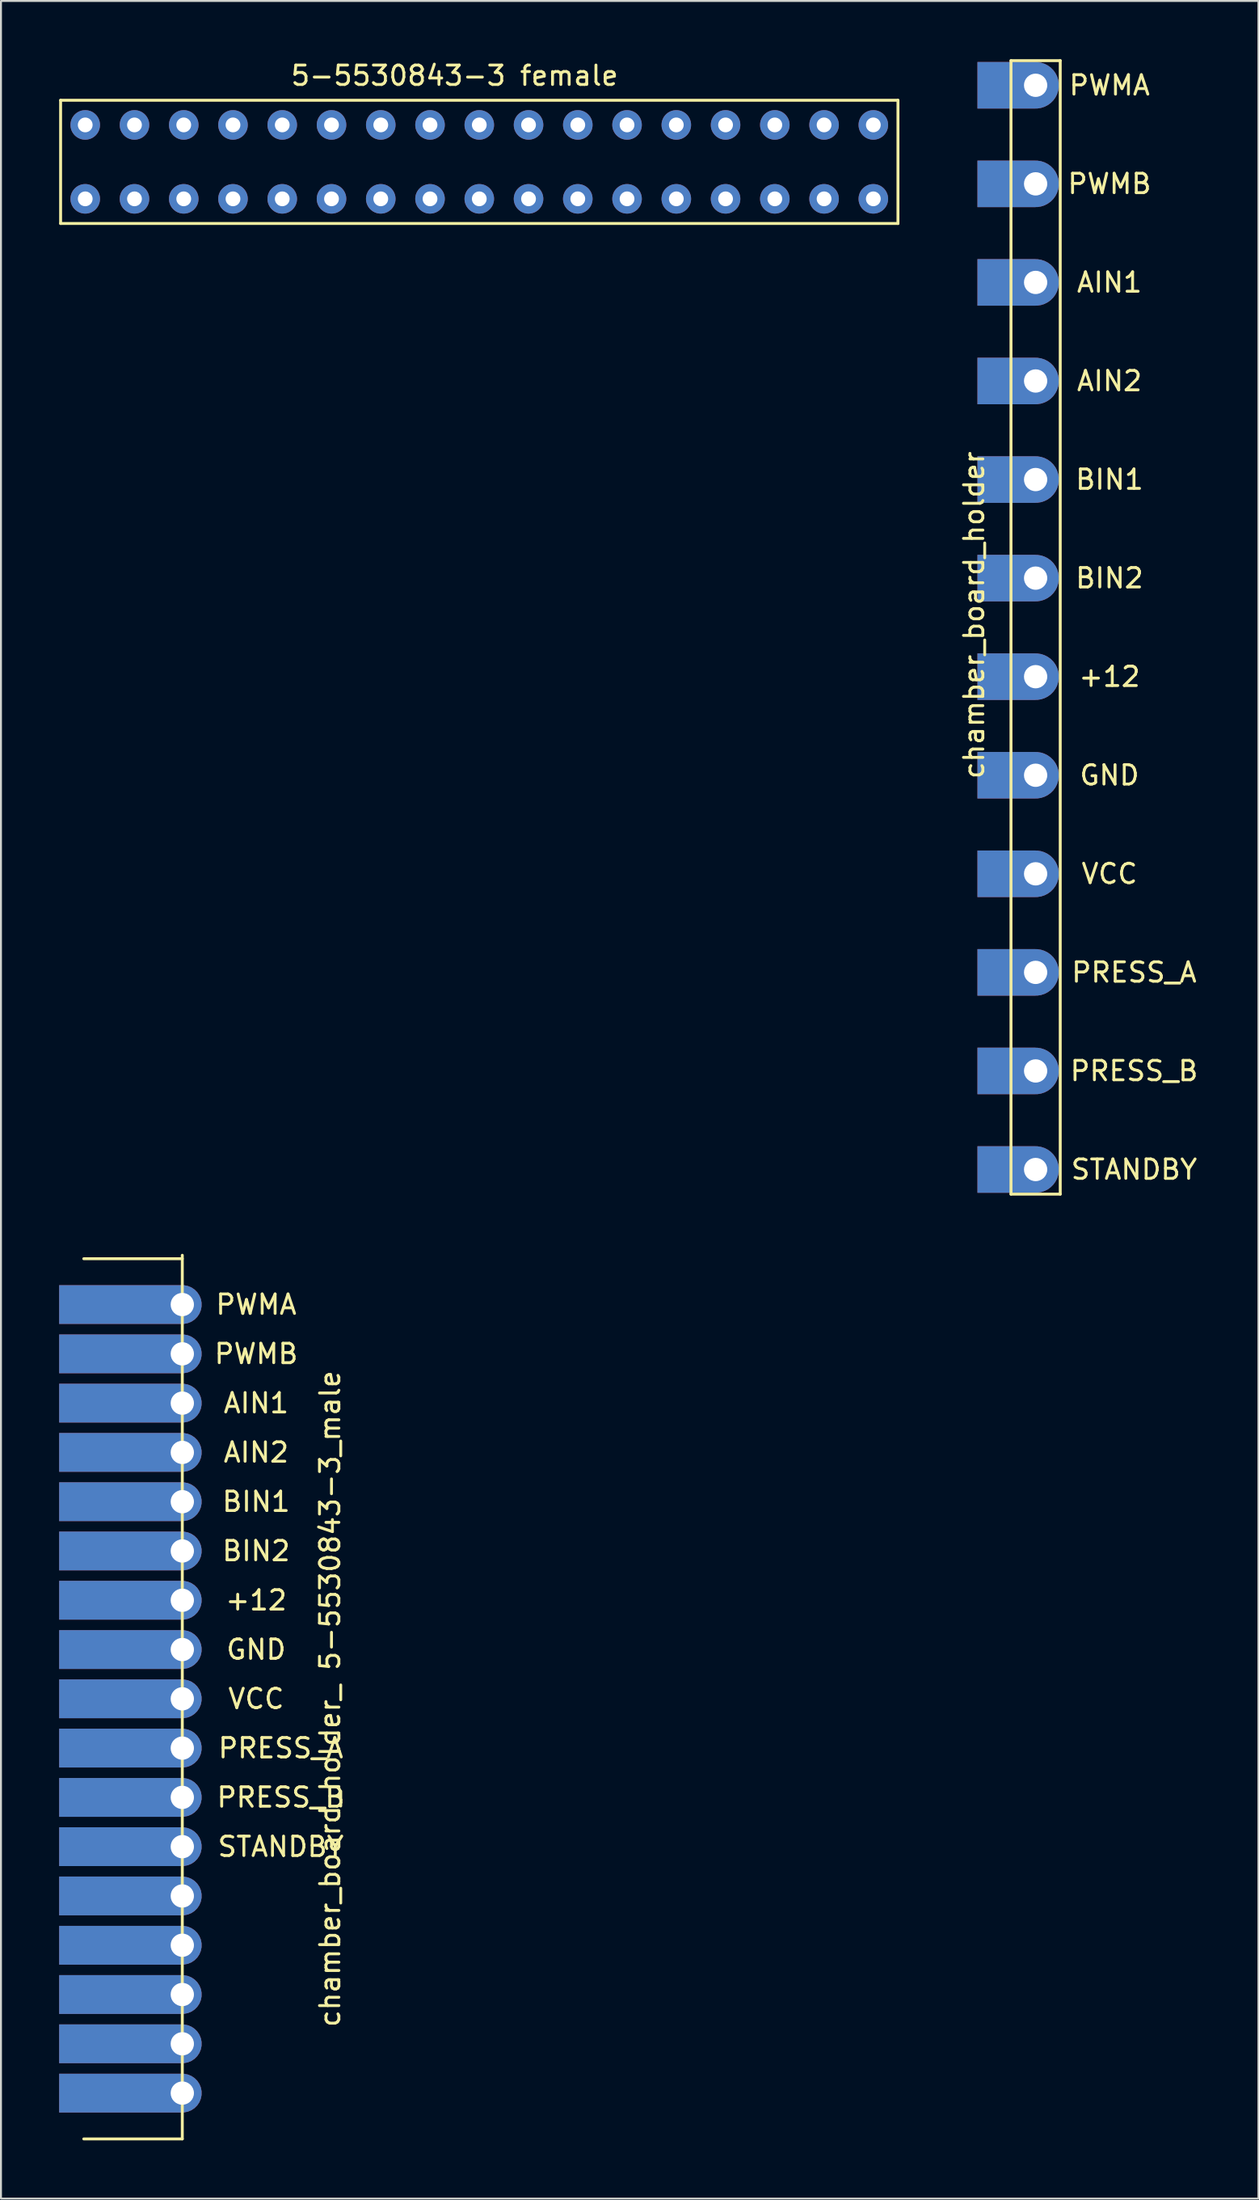
<source format=kicad_pcb>
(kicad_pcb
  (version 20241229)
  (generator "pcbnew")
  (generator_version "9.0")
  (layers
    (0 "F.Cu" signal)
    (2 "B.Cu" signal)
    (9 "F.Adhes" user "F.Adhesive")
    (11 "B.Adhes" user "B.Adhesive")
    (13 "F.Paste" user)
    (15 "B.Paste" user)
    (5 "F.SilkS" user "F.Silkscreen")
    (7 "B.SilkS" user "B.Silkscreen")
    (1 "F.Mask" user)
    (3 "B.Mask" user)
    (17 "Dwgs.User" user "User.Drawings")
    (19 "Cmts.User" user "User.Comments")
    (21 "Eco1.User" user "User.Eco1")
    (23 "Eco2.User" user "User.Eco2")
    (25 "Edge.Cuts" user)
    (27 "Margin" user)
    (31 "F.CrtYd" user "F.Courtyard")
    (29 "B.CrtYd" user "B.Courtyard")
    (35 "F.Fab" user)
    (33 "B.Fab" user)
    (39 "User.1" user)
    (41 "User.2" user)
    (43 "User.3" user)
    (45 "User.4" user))
  (footprint "chamber_board_holder"
    (layer "F.Cu")
    (at 50.353 1.345)
    (property "Reference" "chamber_board_holder" (at -3.175 27.305 90) (layer "F.SilkS") (effects (font (size 1 1) (thickness 0.15))))
    (attr through_hole)
    (fp_line (start -1.27 -1.27) (end 1.27 -1.27) (stroke (width 0.15) (type solid)) (layer "F.SilkS"))
    (fp_line (start -1.27 57.15) (end -1.27 -1.27) (stroke (width 0.15) (type solid)) (layer "F.SilkS"))
    (fp_line (start 1.27 -1.27) (end 1.27 57.15) (stroke (width 0.15) (type solid)) (layer "F.SilkS"))
    (fp_line (start 1.27 57.15) (end -1.27 57.15) (stroke (width 0.15) (type solid)) (layer "F.SilkS"))
    (fp_text user "BIN2" (at 3.81 25.4 0) (layer "F.SilkS") (effects (font (size 1 1) (thickness 0.15))))
    (fp_text user "+12" (at 3.81 30.48 0) (layer "F.SilkS") (effects (font (size 1 1) (thickness 0.15))))
    (fp_text user "PRESS_B" (at 5.08 50.8 0) (layer "F.SilkS") (effects (font (size 1 1) (thickness 0.15))))
    (fp_text user "PWMA" (at 3.81 0 0) (layer "F.SilkS") (effects (font (size 1 1) (thickness 0.15))))
    (fp_text user "BIN1" (at 3.81 20.32 0) (layer "F.SilkS") (effects (font (size 1 1) (thickness 0.15))))
    (fp_text user "AIN1" (at 3.81 10.16 0) (layer "F.SilkS") (effects (font (size 1 1) (thickness 0.15))))
    (fp_text user "STANDBY" (at 5.08 55.88 0) (layer "F.SilkS") (effects (font (size 1 1) (thickness 0.15))))
    (fp_text user "PWMB" (at 3.81 5.08 0) (layer "F.SilkS") (effects (font (size 1 1) (thickness 0.15))))
    (fp_text user "GND" (at 3.81 35.56 0) (layer "F.SilkS") (effects (font (size 1 1) (thickness 0.15))))
    (fp_text user "AIN2" (at 3.81 15.24 0) (layer "F.SilkS") (effects (font (size 1 1) (thickness 0.15))))
    (fp_text user "VCC" (at 3.81 40.64 0) (layer "F.SilkS") (effects (font (size 1 1) (thickness 0.15))))
    (fp_text user "PRESS_A" (at 5.08 45.72 0) (layer "F.SilkS") (effects (font (size 1 1) (thickness 0.15))))
    (pad "1" thru_hole custom (at 0 0) (size 2.4 2.4) (drill 1.2) (layers "*.Cu" "*.Mask") (options (anchor circle)) (primitives (gr_poly (pts (xy -3 -1.2) (xy 0 -1.2) (xy 0 1.2) (xy -3 1.2)) (width 0) (fill yes))))
    (pad "2" thru_hole custom (at 0 5.08) (size 2.4 2.4) (drill 1.2) (layers "*.Cu" "*.Mask" "Eco2.User") (options (anchor circle)) (primitives (gr_poly (pts (xy -3 -1.2) (xy 0 -1.2) (xy 0 1.2) (xy -3 1.2)) (width 0) (fill yes))))
    (pad "3" thru_hole custom (at 0 10.16) (size 2.4 2.4) (drill 1.2) (layers "*.Cu" "*.Mask") (options (anchor circle)) (primitives (gr_poly (pts (xy -3 -1.2) (xy 0 -1.2) (xy 0 1.2) (xy -3 1.2)) (width 0) (fill yes))))
    (pad "4" thru_hole custom (at 0 15.24) (size 2.4 2.4) (drill 1.2) (layers "*.Cu" "*.Mask") (options (anchor circle)) (primitives (gr_poly (pts (xy -3 -1.2) (xy 0 -1.2) (xy 0 1.2) (xy -3 1.2)) (width 0) (fill yes))))
    (pad "5" thru_hole custom (at 0 20.32) (size 2.4 2.4) (drill 1.2) (layers "*.Cu" "*.Mask") (options (anchor circle)) (primitives (gr_poly (pts (xy -3 -1.2) (xy 0 -1.2) (xy 0 1.2) (xy -3 1.2)) (width 0) (fill yes))))
    (pad "6" thru_hole custom (at 0 25.4) (size 2.4 2.4) (drill 1.2) (layers "*.Cu" "*.Mask") (options (anchor circle)) (primitives (gr_poly (pts (xy -3 -1.2) (xy 0 -1.2) (xy 0 1.2) (xy -3 1.2)) (width 0) (fill yes))))
    (pad "7" thru_hole custom (at 0 30.48) (size 2.4 2.4) (drill 1.2) (layers "*.Cu" "*.Mask") (options (anchor circle)) (primitives (gr_poly (pts (xy -3 -1.2) (xy 0 -1.2) (xy 0 1.2) (xy -3 1.2)) (width 0) (fill yes))))
    (pad "8" thru_hole custom (at 0 35.56) (size 2.4 2.4) (drill 1.2) (layers "*.Cu" "*.Mask") (options (anchor circle)) (primitives (gr_poly (pts (xy -3 -1.2) (xy 0 -1.2) (xy 0 1.2) (xy -3 1.2)) (width 0) (fill yes))))
    (pad "9" thru_hole custom (at 0 40.64) (size 2.4 2.4) (drill 1.2) (layers "*.Cu" "*.Mask") (options (anchor circle)) (primitives (gr_poly (pts (xy -3 -1.2) (xy 0 -1.2) (xy 0 1.2) (xy -3 1.2)) (width 0) (fill yes))))
    (pad "10" thru_hole custom (at 0 45.72) (size 2.4 2.4) (drill 1.2) (layers "*.Cu" "*.Mask") (options (anchor circle)) (primitives (gr_poly (pts (xy -3 -1.2) (xy 0 -1.2) (xy 0 1.2) (xy -3 1.2)) (width 0) (fill yes))))
    (pad "11" thru_hole custom (at 0 50.8) (size 2.4 2.4) (drill 1.2) (layers "*.Cu" "*.Mask") (options (anchor circle)) (primitives (gr_poly (pts (xy -3 -1.2) (xy 0 -1.2) (xy 0 1.2) (xy -3 1.2)) (width 0) (fill yes))))
    (pad "12" thru_hole custom (at 0 55.88) (size 2.4 2.4) (drill 1.2) (layers "*.Cu" "*.Mask") (options (anchor circle)) (primitives (gr_poly (pts (xy -3 -1.2) (xy 0 -1.2) (xy 0 1.2) (xy -3 1.2)) (width 0) (fill yes)))))
  (footprint "5-5530843-3 female"
    (layer "F.Cu")
    (at 1.345 3.388)
    (property "Reference" "5-5530843-3 female" (at 19.05 -2.54 0) (layer "F.SilkS") (effects (font (size 1 1) (thickness 0.15))))
    (attr through_hole)
    (fp_line (start -1.27 -1.27) (end -1.27 5.08) (stroke (width 0.15) (type solid)) (layer "F.SilkS"))
    (fp_line (start -1.27 5.08) (end 41.91 5.08) (stroke (width 0.15) (type solid)) (layer "F.SilkS"))
    (fp_line (start 41.91 -1.27) (end -1.27 -1.27) (stroke (width 0.15) (type solid)) (layer "F.SilkS"))
    (fp_line (start 41.91 5.08) (end 41.91 -1.27) (stroke (width 0.15) (type solid)) (layer "F.SilkS"))
    (pad "1" thru_hole circle (at 0 0) (size 1.524 1.524) (drill 0.762) (layers "*.Cu" "*.Mask"))
    (pad "1" thru_hole circle (at 0 3.81) (size 1.524 1.524) (drill 0.762) (layers "*.Cu" "*.Mask"))
    (pad "2" thru_hole circle (at 2.54 0) (size 1.524 1.524) (drill 0.762) (layers "*.Cu" "*.Mask"))
    (pad "2" thru_hole circle (at 2.54 3.81) (size 1.524 1.524) (drill 0.762) (layers "*.Cu" "*.Mask"))
    (pad "3" thru_hole circle (at 5.08 0) (size 1.524 1.524) (drill 0.762) (layers "*.Cu" "*.Mask"))
    (pad "3" thru_hole circle (at 5.08 3.81) (size 1.524 1.524) (drill 0.762) (layers "*.Cu" "*.Mask"))
    (pad "4" thru_hole circle (at 7.62 0) (size 1.524 1.524) (drill 0.762) (layers "*.Cu" "*.Mask"))
    (pad "4" thru_hole circle (at 7.62 3.81) (size 1.524 1.524) (drill 0.762) (layers "*.Cu" "*.Mask"))
    (pad "5" thru_hole circle (at 10.16 0) (size 1.524 1.524) (drill 0.762) (layers "*.Cu" "*.Mask"))
    (pad "5" thru_hole circle (at 10.16 3.81) (size 1.524 1.524) (drill 0.762) (layers "*.Cu" "*.Mask"))
    (pad "6" thru_hole circle (at 12.7 0) (size 1.524 1.524) (drill 0.762) (layers "*.Cu" "*.Mask"))
    (pad "6" thru_hole circle (at 12.7 3.81) (size 1.524 1.524) (drill 0.762) (layers "*.Cu" "*.Mask"))
    (pad "7" thru_hole circle (at 15.24 0) (size 1.524 1.524) (drill 0.762) (layers "*.Cu" "*.Mask"))
    (pad "7" thru_hole circle (at 15.24 3.81) (size 1.524 1.524) (drill 0.762) (layers "*.Cu" "*.Mask"))
    (pad "8" thru_hole circle (at 17.78 0) (size 1.524 1.524) (drill 0.762) (layers "*.Cu" "*.Mask"))
    (pad "8" thru_hole circle (at 17.78 3.81) (size 1.524 1.524) (drill 0.762) (layers "*.Cu" "*.Mask"))
    (pad "9" thru_hole circle (at 20.32 0) (size 1.524 1.524) (drill 0.762) (layers "*.Cu" "*.Mask"))
    (pad "9" thru_hole circle (at 20.32 3.81) (size 1.524 1.524) (drill 0.762) (layers "*.Cu" "*.Mask"))
    (pad "10" thru_hole circle (at 22.86 0) (size 1.524 1.524) (drill 0.762) (layers "*.Cu" "*.Mask"))
    (pad "10" thru_hole circle (at 22.86 3.81) (size 1.524 1.524) (drill 0.762) (layers "*.Cu" "*.Mask"))
    (pad "11" thru_hole circle (at 25.4 0) (size 1.524 1.524) (drill 0.762) (layers "*.Cu" "*.Mask"))
    (pad "11" thru_hole circle (at 25.4 3.81) (size 1.524 1.524) (drill 0.762) (layers "*.Cu" "*.Mask"))
    (pad "12" thru_hole circle (at 27.94 0) (size 1.524 1.524) (drill 0.762) (layers "*.Cu" "*.Mask"))
    (pad "12" thru_hole circle (at 27.94 3.81) (size 1.524 1.524) (drill 0.762) (layers "*.Cu" "*.Mask"))
    (pad "13" thru_hole circle (at 30.48 0) (size 1.524 1.524) (drill 0.762) (layers "*.Cu" "*.Mask"))
    (pad "13" thru_hole circle (at 30.48 3.81) (size 1.524 1.524) (drill 0.762) (layers "*.Cu" "*.Mask"))
    (pad "14" thru_hole circle (at 33.02 0) (size 1.524 1.524) (drill 0.762) (layers "*.Cu" "*.Mask"))
    (pad "14" thru_hole circle (at 33.02 3.81) (size 1.524 1.524) (drill 0.762) (layers "*.Cu" "*.Mask"))
    (pad "15" thru_hole circle (at 35.56 0) (size 1.524 1.524) (drill 0.762) (layers "*.Cu" "*.Mask"))
    (pad "15" thru_hole circle (at 35.56 3.81) (size 1.524 1.524) (drill 0.762) (layers "*.Cu" "*.Mask"))
    (pad "16" thru_hole circle (at 38.1 0) (size 1.524 1.524) (drill 0.762) (layers "*.Cu" "*.Mask"))
    (pad "16" thru_hole circle (at 38.1 3.81) (size 1.524 1.524) (drill 0.762) (layers "*.Cu" "*.Mask"))
    (pad "17" thru_hole circle (at 40.64 0) (size 1.524 1.524) (drill 0.762) (layers "*.Cu" "*.Mask"))
    (pad "17" thru_hole circle (at 40.64 3.81) (size 1.524 1.524) (drill 0.762) (layers "*.Cu" "*.Mask")))
  (footprint "chamber_board_holder_ 5-5530843-3_male"
    (layer "F.Cu")
    (at 6.35 64.185)
    (property "Reference" "chamber_board_holder_ 5-5530843-3_male" (at 7.62 20.32 90) (layer "F.SilkS") (effects (font (size 1 1) (thickness 0.15))))
    (attr through_hole)
    (fp_line (start -5.08 -2.362) (end 0 -2.362) (stroke (width 0.15) (type solid)) (layer "F.SilkS"))
    (fp_line (start 0 -2.54) (end 0 43.002) (stroke (width 0.15) (type solid)) (layer "F.SilkS"))
    (fp_line (start 0 43.002) (end -5.08 43.002) (stroke (width 0.15) (type solid)) (layer "F.SilkS"))
    (fp_text user "PWMB" (at 3.81 2.54 0) (layer "F.SilkS") (effects (font (size 1 1) (thickness 0.15))))
    (fp_text user "VCC" (at 3.81 20.32 0) (layer "F.SilkS") (effects (font (size 1 1) (thickness 0.15))))
    (fp_text user "PRESS_A" (at 5.08 22.86 0) (layer "F.SilkS") (effects (font (size 1 1) (thickness 0.15))))
    (fp_text user "BIN1" (at 3.81 10.16 0) (layer "F.SilkS") (effects (font (size 1 1) (thickness 0.15))))
    (fp_text user "AIN2" (at 3.81 7.62 0) (layer "F.SilkS") (effects (font (size 1 1) (thickness 0.15))))
    (fp_text user "GND" (at 3.81 17.78 0) (layer "F.SilkS") (effects (font (size 1 1) (thickness 0.15))))
    (fp_text user "AIN1" (at 3.81 5.08 0) (layer "F.SilkS") (effects (font (size 1 1) (thickness 0.15))))
    (fp_text user "STANDBY" (at 5.08 27.94 0) (layer "F.SilkS") (effects (font (size 1 1) (thickness 0.15))))
    (fp_text user "+12" (at 3.81 15.24 0) (layer "F.SilkS") (effects (font (size 1 1) (thickness 0.15))))
    (fp_text user "PRESS_B" (at 5.08 25.4 0) (layer "F.SilkS") (effects (font (size 1 1) (thickness 0.15))))
    (fp_text user "BIN2" (at 3.81 12.7 0) (layer "F.SilkS") (effects (font (size 1 1) (thickness 0.15))))
    (fp_text user "PWMA" (at 3.81 0 0) (layer "F.SilkS") (effects (font (size 1 1) (thickness 0.15))))
    (pad "1" thru_hole custom (at 0 0) (size 2 2) (drill 1.2) (layers "*.Cu" "*.Mask") (options (anchor circle)) (primitives (gr_poly (pts (xy -6.35 -1) (xy 0 -1) (xy 0 1) (xy -6.35 1)) (width 0) (fill yes))))
    (pad "2" thru_hole custom (at 0 2.54) (size 2 2) (drill 1.2) (layers "*.Cu" "*.Mask") (options (anchor circle)) (primitives (gr_poly (pts (xy -6.35 -1) (xy 0 -1) (xy 0 1) (xy -6.35 1)) (width 0) (fill yes))))
    (pad "3" thru_hole custom (at 0 5.08) (size 2 2) (drill 1.2) (layers "*.Cu" "*.Mask") (options (anchor circle)) (primitives (gr_poly (pts (xy -6.35 -1) (xy 0 -1) (xy 0 1) (xy -6.35 1)) (width 0) (fill yes))))
    (pad "4" thru_hole custom (at 0 7.62) (size 2 2) (drill 1.2) (layers "*.Cu" "*.Mask") (options (anchor circle)) (primitives (gr_poly (pts (xy -6.35 -1) (xy 0 -1) (xy 0 1) (xy -6.35 1)) (width 0) (fill yes))))
    (pad "5" thru_hole custom (at 0 10.16) (size 2 2) (drill 1.2) (layers "*.Cu" "*.Mask") (options (anchor circle)) (primitives (gr_poly (pts (xy -6.35 -1) (xy 0 -1) (xy 0 1) (xy -6.35 1)) (width 0) (fill yes))))
    (pad "6" thru_hole custom (at 0 12.7) (size 2 2) (drill 1.2) (layers "*.Cu" "*.Mask") (options (anchor circle)) (primitives (gr_poly (pts (xy -6.35 -1) (xy 0 -1) (xy 0 1) (xy -6.35 1)) (width 0) (fill yes))))
    (pad "7" thru_hole custom (at 0 15.24) (size 2 2) (drill 1.2) (layers "*.Cu" "*.Mask") (options (anchor circle)) (primitives (gr_poly (pts (xy -6.35 -1) (xy 0 -1) (xy 0 1) (xy -6.35 1)) (width 0) (fill yes))))
    (pad "8" thru_hole custom (at 0 17.78) (size 2 2) (drill 1.2) (layers "*.Cu" "*.Mask") (options (anchor circle)) (primitives (gr_poly (pts (xy -6.35 -1) (xy 0 -1) (xy 0 1) (xy -6.35 1)) (width 0) (fill yes))))
    (pad "9" thru_hole custom (at 0 20.32) (size 2 2) (drill 1.2) (layers "*.Cu" "*.Mask") (options (anchor circle)) (primitives (gr_poly (pts (xy -6.35 -1) (xy 0 -1) (xy 0 1) (xy -6.35 1)) (width 0) (fill yes))))
    (pad "10" thru_hole custom (at 0 22.86) (size 2 2) (drill 1.2) (layers "*.Cu" "*.Mask") (options (anchor circle)) (primitives (gr_poly (pts (xy -6.35 -1) (xy 0 -1) (xy 0 1) (xy -6.35 1)) (width 0) (fill yes))))
    (pad "11" thru_hole custom (at 0 25.4) (size 2 2) (drill 1.2) (layers "*.Cu" "*.Mask") (options (anchor circle)) (primitives (gr_poly (pts (xy -6.35 -1) (xy 0 -1) (xy 0 1) (xy -6.35 1)) (width 0) (fill yes))))
    (pad "12" thru_hole custom (at 0 27.94) (size 2 2) (drill 1.2) (layers "*.Cu" "*.Mask") (options (anchor circle)) (primitives (gr_poly (pts (xy -6.35 -1) (xy 0 -1) (xy 0 1) (xy -6.35 1)) (width 0) (fill yes))))
    (pad "13" thru_hole custom (at 0 30.48) (size 2 2) (drill 1.2) (layers "*.Cu" "*.Mask") (options (anchor circle)) (primitives (gr_poly (pts (xy -6.35 -1) (xy 0 -1) (xy 0 1) (xy -6.35 1)) (width 0) (fill yes))))
    (pad "14" thru_hole custom (at 0 33.02) (size 2 2) (drill 1.2) (layers "*.Cu" "*.Mask") (options (anchor circle)) (primitives (gr_poly (pts (xy -6.35 -1) (xy 0 -1) (xy 0 1) (xy -6.35 1)) (width 0) (fill yes))))
    (pad "15" thru_hole custom (at 0 35.56) (size 2 2) (drill 1.2) (layers "*.Cu" "*.Mask") (options (anchor circle)) (primitives (gr_poly (pts (xy -6.35 -1) (xy 0 -1) (xy 0 1) (xy -6.35 1)) (width 0) (fill yes))))
    (pad "16" thru_hole custom (at 0 38.1) (size 2 2) (drill 1.2) (layers "*.Cu" "*.Mask") (options (anchor circle)) (primitives (gr_poly (pts (xy -6.35 -1) (xy 0 -1) (xy 0 1) (xy -6.35 1)) (width 0) (fill yes))))
    (pad "17" thru_hole custom (at 0 40.64) (size 2 2) (drill 1.2) (layers "*.Cu" "*.Mask") (options (anchor circle)) (primitives (gr_poly (pts (xy -6.35 -1) (xy 0 -1) (xy 0 1) (xy -6.35 1)) (width 0) (fill yes)))))
  (gr_rect
    (start -3 -3)
    (end 61.844 110.262)
    (stroke (width 0.1) (type default))
    (fill no)
    (layer "Edge.Cuts")))
</source>
